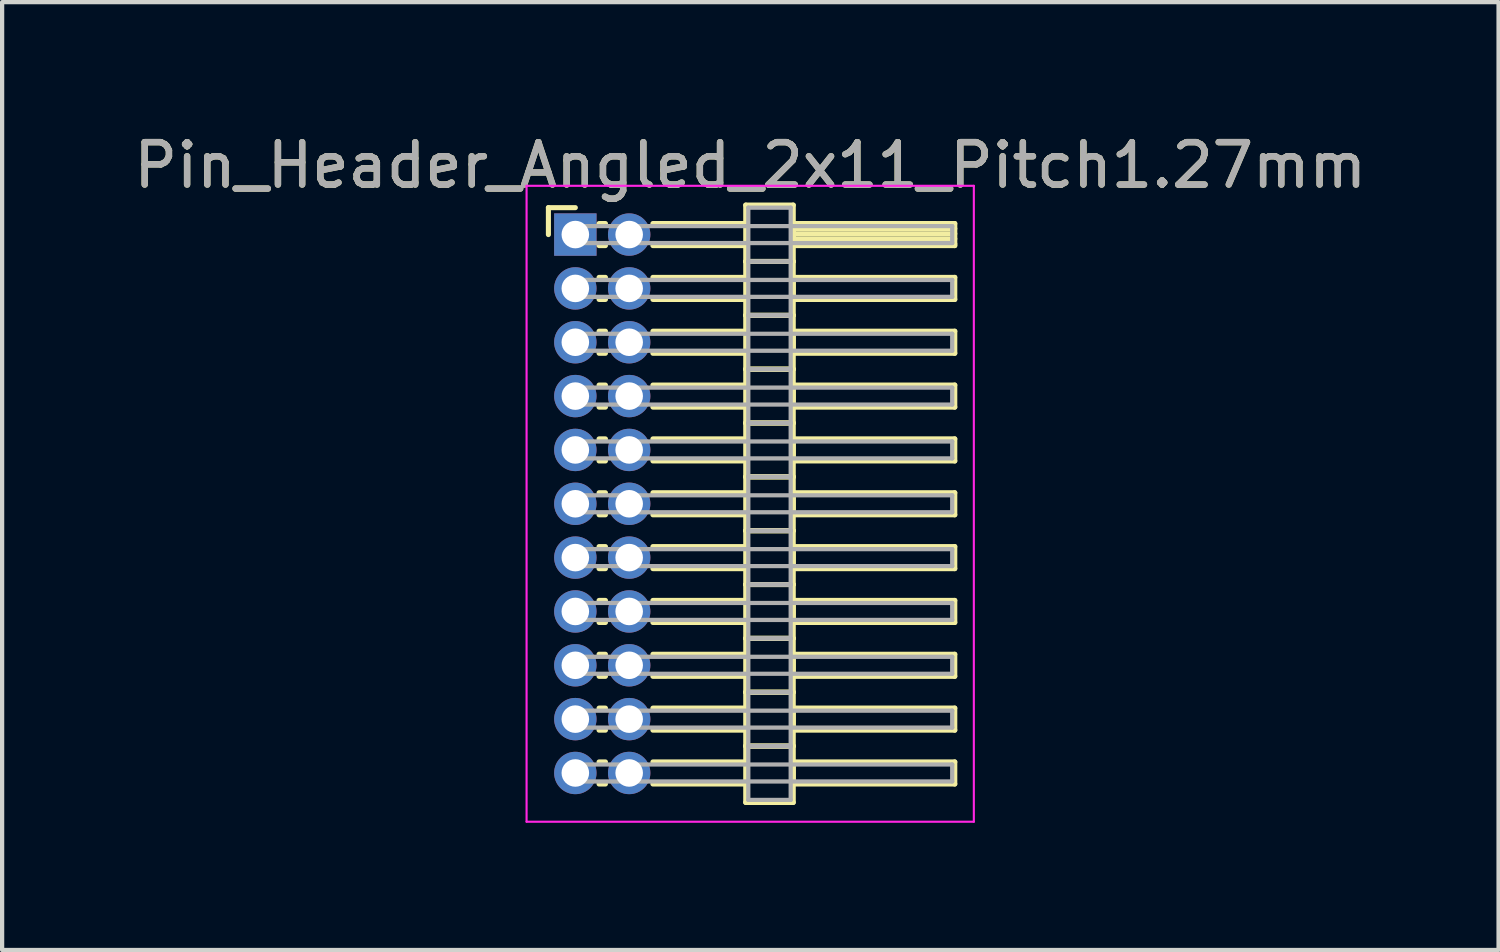
<source format=kicad_pcb>
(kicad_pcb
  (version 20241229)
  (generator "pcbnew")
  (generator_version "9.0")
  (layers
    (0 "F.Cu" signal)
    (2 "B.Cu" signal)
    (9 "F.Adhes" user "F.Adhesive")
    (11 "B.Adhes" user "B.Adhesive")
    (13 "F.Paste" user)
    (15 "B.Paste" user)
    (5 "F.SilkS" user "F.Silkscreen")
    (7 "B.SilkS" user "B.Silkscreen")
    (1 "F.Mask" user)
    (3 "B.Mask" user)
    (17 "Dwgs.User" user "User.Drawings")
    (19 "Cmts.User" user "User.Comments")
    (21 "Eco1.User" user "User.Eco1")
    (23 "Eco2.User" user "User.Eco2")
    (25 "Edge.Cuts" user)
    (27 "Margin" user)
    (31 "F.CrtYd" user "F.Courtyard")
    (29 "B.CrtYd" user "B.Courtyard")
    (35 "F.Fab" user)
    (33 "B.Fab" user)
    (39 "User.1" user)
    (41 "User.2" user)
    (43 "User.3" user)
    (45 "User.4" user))
  (footprint "Pin_Header_Angled_2x11_Pitch1.27mm"
    (layer "F.Cu")
    (at 10.521 2.483)
    (property "Reference" "Pin_Header_Angled_2x11_Pitch1.27mm" (at 4.128 -1.635 0) (layer "F.SilkS") (effects (font (size 1 1) (thickness 0.15))))
    (attr through_hole)
    (fp_line (start -0.635 -0.635) (end 0 -0.635) (stroke (width 0.12) (type solid)) (layer "F.SilkS"))
    (fp_line (start -0.635 0) (end -0.635 -0.635) (stroke (width 0.12) (type solid)) (layer "F.SilkS"))
    (fp_line (start 0.56 -0.26) (end 0.71 -0.26) (stroke (width 0.12) (type solid)) (layer "F.SilkS"))
    (fp_line (start 0.56 0.26) (end 0.71 0.26) (stroke (width 0.12) (type solid)) (layer "F.SilkS"))
    (fp_line (start 0.56 1.01) (end 0.71 1.01) (stroke (width 0.12) (type solid)) (layer "F.SilkS"))
    (fp_line (start 0.56 1.53) (end 0.71 1.53) (stroke (width 0.12) (type solid)) (layer "F.SilkS"))
    (fp_line (start 0.56 2.28) (end 0.71 2.28) (stroke (width 0.12) (type solid)) (layer "F.SilkS"))
    (fp_line (start 0.56 2.8) (end 0.71 2.8) (stroke (width 0.12) (type solid)) (layer "F.SilkS"))
    (fp_line (start 0.56 3.55) (end 0.71 3.55) (stroke (width 0.12) (type solid)) (layer "F.SilkS"))
    (fp_line (start 0.56 4.07) (end 0.71 4.07) (stroke (width 0.12) (type solid)) (layer "F.SilkS"))
    (fp_line (start 0.56 4.82) (end 0.71 4.82) (stroke (width 0.12) (type solid)) (layer "F.SilkS"))
    (fp_line (start 0.56 5.34) (end 0.71 5.34) (stroke (width 0.12) (type solid)) (layer "F.SilkS"))
    (fp_line (start 0.56 6.09) (end 0.71 6.09) (stroke (width 0.12) (type solid)) (layer "F.SilkS"))
    (fp_line (start 0.56 6.61) (end 0.71 6.61) (stroke (width 0.12) (type solid)) (layer "F.SilkS"))
    (fp_line (start 0.56 7.36) (end 0.71 7.36) (stroke (width 0.12) (type solid)) (layer "F.SilkS"))
    (fp_line (start 0.56 7.88) (end 0.71 7.88) (stroke (width 0.12) (type solid)) (layer "F.SilkS"))
    (fp_line (start 0.56 8.63) (end 0.71 8.63) (stroke (width 0.12) (type solid)) (layer "F.SilkS"))
    (fp_line (start 0.56 9.15) (end 0.71 9.15) (stroke (width 0.12) (type solid)) (layer "F.SilkS"))
    (fp_line (start 0.56 9.9) (end 0.71 9.9) (stroke (width 0.12) (type solid)) (layer "F.SilkS"))
    (fp_line (start 0.56 10.42) (end 0.71 10.42) (stroke (width 0.12) (type solid)) (layer "F.SilkS"))
    (fp_line (start 0.56 11.17) (end 0.71 11.17) (stroke (width 0.12) (type solid)) (layer "F.SilkS"))
    (fp_line (start 0.56 11.69) (end 0.71 11.69) (stroke (width 0.12) (type solid)) (layer "F.SilkS"))
    (fp_line (start 0.56 12.44) (end 0.71 12.44) (stroke (width 0.12) (type solid)) (layer "F.SilkS"))
    (fp_line (start 0.56 12.96) (end 0.71 12.96) (stroke (width 0.12) (type solid)) (layer "F.SilkS"))
    (fp_line (start 1.83 -0.26) (end 4.02 -0.26) (stroke (width 0.12) (type solid)) (layer "F.SilkS"))
    (fp_line (start 1.83 0.26) (end 4.02 0.26) (stroke (width 0.12) (type solid)) (layer "F.SilkS"))
    (fp_line (start 1.83 1.01) (end 4.02 1.01) (stroke (width 0.12) (type solid)) (layer "F.SilkS"))
    (fp_line (start 1.83 1.53) (end 4.02 1.53) (stroke (width 0.12) (type solid)) (layer "F.SilkS"))
    (fp_line (start 1.83 2.28) (end 4.02 2.28) (stroke (width 0.12) (type solid)) (layer "F.SilkS"))
    (fp_line (start 1.83 2.8) (end 4.02 2.8) (stroke (width 0.12) (type solid)) (layer "F.SilkS"))
    (fp_line (start 1.83 3.55) (end 4.02 3.55) (stroke (width 0.12) (type solid)) (layer "F.SilkS"))
    (fp_line (start 1.83 4.07) (end 4.02 4.07) (stroke (width 0.12) (type solid)) (layer "F.SilkS"))
    (fp_line (start 1.83 4.82) (end 4.02 4.82) (stroke (width 0.12) (type solid)) (layer "F.SilkS"))
    (fp_line (start 1.83 5.34) (end 4.02 5.34) (stroke (width 0.12) (type solid)) (layer "F.SilkS"))
    (fp_line (start 1.83 6.09) (end 4.02 6.09) (stroke (width 0.12) (type solid)) (layer "F.SilkS"))
    (fp_line (start 1.83 6.61) (end 4.02 6.61) (stroke (width 0.12) (type solid)) (layer "F.SilkS"))
    (fp_line (start 1.83 7.36) (end 4.02 7.36) (stroke (width 0.12) (type solid)) (layer "F.SilkS"))
    (fp_line (start 1.83 7.88) (end 4.02 7.88) (stroke (width 0.12) (type solid)) (layer "F.SilkS"))
    (fp_line (start 1.83 8.63) (end 4.02 8.63) (stroke (width 0.12) (type solid)) (layer "F.SilkS"))
    (fp_line (start 1.83 9.15) (end 4.02 9.15) (stroke (width 0.12) (type solid)) (layer "F.SilkS"))
    (fp_line (start 1.83 9.9) (end 4.02 9.9) (stroke (width 0.12) (type solid)) (layer "F.SilkS"))
    (fp_line (start 1.83 10.42) (end 4.02 10.42) (stroke (width 0.12) (type solid)) (layer "F.SilkS"))
    (fp_line (start 1.83 11.17) (end 4.02 11.17) (stroke (width 0.12) (type solid)) (layer "F.SilkS"))
    (fp_line (start 1.83 11.69) (end 4.02 11.69) (stroke (width 0.12) (type solid)) (layer "F.SilkS"))
    (fp_line (start 1.83 12.44) (end 4.02 12.44) (stroke (width 0.12) (type solid)) (layer "F.SilkS"))
    (fp_line (start 1.83 12.96) (end 4.02 12.96) (stroke (width 0.12) (type solid)) (layer "F.SilkS"))
    (fp_line (start 4.02 -0.695) (end 4.02 0.635) (stroke (width 0.12) (type solid)) (layer "F.SilkS"))
    (fp_line (start 4.02 0.635) (end 4.02 1.905) (stroke (width 0.12) (type solid)) (layer "F.SilkS"))
    (fp_line (start 4.02 0.635) (end 5.14 0.635) (stroke (width 0.12) (type solid)) (layer "F.SilkS"))
    (fp_line (start 4.02 1.905) (end 4.02 3.175) (stroke (width 0.12) (type solid)) (layer "F.SilkS"))
    (fp_line (start 4.02 1.905) (end 5.14 1.905) (stroke (width 0.12) (type solid)) (layer "F.SilkS"))
    (fp_line (start 4.02 3.175) (end 4.02 4.445) (stroke (width 0.12) (type solid)) (layer "F.SilkS"))
    (fp_line (start 4.02 3.175) (end 5.14 3.175) (stroke (width 0.12) (type solid)) (layer "F.SilkS"))
    (fp_line (start 4.02 4.445) (end 4.02 5.715) (stroke (width 0.12) (type solid)) (layer "F.SilkS"))
    (fp_line (start 4.02 4.445) (end 5.14 4.445) (stroke (width 0.12) (type solid)) (layer "F.SilkS"))
    (fp_line (start 4.02 5.715) (end 4.02 6.985) (stroke (width 0.12) (type solid)) (layer "F.SilkS"))
    (fp_line (start 4.02 5.715) (end 5.14 5.715) (stroke (width 0.12) (type solid)) (layer "F.SilkS"))
    (fp_line (start 4.02 6.985) (end 4.02 8.255) (stroke (width 0.12) (type solid)) (layer "F.SilkS"))
    (fp_line (start 4.02 6.985) (end 5.14 6.985) (stroke (width 0.12) (type solid)) (layer "F.SilkS"))
    (fp_line (start 4.02 8.255) (end 4.02 9.525) (stroke (width 0.12) (type solid)) (layer "F.SilkS"))
    (fp_line (start 4.02 8.255) (end 5.14 8.255) (stroke (width 0.12) (type solid)) (layer "F.SilkS"))
    (fp_line (start 4.02 9.525) (end 4.02 10.795) (stroke (width 0.12) (type solid)) (layer "F.SilkS"))
    (fp_line (start 4.02 9.525) (end 5.14 9.525) (stroke (width 0.12) (type solid)) (layer "F.SilkS"))
    (fp_line (start 4.02 10.795) (end 4.02 12.065) (stroke (width 0.12) (type solid)) (layer "F.SilkS"))
    (fp_line (start 4.02 10.795) (end 5.14 10.795) (stroke (width 0.12) (type solid)) (layer "F.SilkS"))
    (fp_line (start 4.02 12.065) (end 4.02 13.395) (stroke (width 0.12) (type solid)) (layer "F.SilkS"))
    (fp_line (start 4.02 12.065) (end 5.14 12.065) (stroke (width 0.12) (type solid)) (layer "F.SilkS"))
    (fp_line (start 4.02 13.395) (end 5.14 13.395) (stroke (width 0.12) (type solid)) (layer "F.SilkS"))
    (fp_line (start 5.14 -0.695) (end 4.02 -0.695) (stroke (width 0.12) (type solid)) (layer "F.SilkS"))
    (fp_line (start 5.14 -0.26) (end 5.14 0.26) (stroke (width 0.12) (type solid)) (layer "F.SilkS"))
    (fp_line (start 5.14 -0.14) (end 8.95 -0.14) (stroke (width 0.12) (type solid)) (layer "F.SilkS"))
    (fp_line (start 5.14 -0.02) (end 8.95 -0.02) (stroke (width 0.12) (type solid)) (layer "F.SilkS"))
    (fp_line (start 5.14 0.1) (end 8.95 0.1) (stroke (width 0.12) (type solid)) (layer "F.SilkS"))
    (fp_line (start 5.14 0.22) (end 8.95 0.22) (stroke (width 0.12) (type solid)) (layer "F.SilkS"))
    (fp_line (start 5.14 0.26) (end 8.95 0.26) (stroke (width 0.12) (type solid)) (layer "F.SilkS"))
    (fp_line (start 5.14 0.635) (end 4.02 0.635) (stroke (width 0.12) (type solid)) (layer "F.SilkS"))
    (fp_line (start 5.14 0.635) (end 5.14 -0.695) (stroke (width 0.12) (type solid)) (layer "F.SilkS"))
    (fp_line (start 5.14 1.01) (end 5.14 1.53) (stroke (width 0.12) (type solid)) (layer "F.SilkS"))
    (fp_line (start 5.14 1.53) (end 8.95 1.53) (stroke (width 0.12) (type solid)) (layer "F.SilkS"))
    (fp_line (start 5.14 1.905) (end 4.02 1.905) (stroke (width 0.12) (type solid)) (layer "F.SilkS"))
    (fp_line (start 5.14 1.905) (end 5.14 0.635) (stroke (width 0.12) (type solid)) (layer "F.SilkS"))
    (fp_line (start 5.14 2.28) (end 5.14 2.8) (stroke (width 0.12) (type solid)) (layer "F.SilkS"))
    (fp_line (start 5.14 2.8) (end 8.95 2.8) (stroke (width 0.12) (type solid)) (layer "F.SilkS"))
    (fp_line (start 5.14 3.175) (end 4.02 3.175) (stroke (width 0.12) (type solid)) (layer "F.SilkS"))
    (fp_line (start 5.14 3.175) (end 5.14 1.905) (stroke (width 0.12) (type solid)) (layer "F.SilkS"))
    (fp_line (start 5.14 3.55) (end 5.14 4.07) (stroke (width 0.12) (type solid)) (layer "F.SilkS"))
    (fp_line (start 5.14 4.07) (end 8.95 4.07) (stroke (width 0.12) (type solid)) (layer "F.SilkS"))
    (fp_line (start 5.14 4.445) (end 4.02 4.445) (stroke (width 0.12) (type solid)) (layer "F.SilkS"))
    (fp_line (start 5.14 4.445) (end 5.14 3.175) (stroke (width 0.12) (type solid)) (layer "F.SilkS"))
    (fp_line (start 5.14 4.82) (end 5.14 5.34) (stroke (width 0.12) (type solid)) (layer "F.SilkS"))
    (fp_line (start 5.14 5.34) (end 8.95 5.34) (stroke (width 0.12) (type solid)) (layer "F.SilkS"))
    (fp_line (start 5.14 5.715) (end 4.02 5.715) (stroke (width 0.12) (type solid)) (layer "F.SilkS"))
    (fp_line (start 5.14 5.715) (end 5.14 4.445) (stroke (width 0.12) (type solid)) (layer "F.SilkS"))
    (fp_line (start 5.14 6.09) (end 5.14 6.61) (stroke (width 0.12) (type solid)) (layer "F.SilkS"))
    (fp_line (start 5.14 6.61) (end 8.95 6.61) (stroke (width 0.12) (type solid)) (layer "F.SilkS"))
    (fp_line (start 5.14 6.985) (end 4.02 6.985) (stroke (width 0.12) (type solid)) (layer "F.SilkS"))
    (fp_line (start 5.14 6.985) (end 5.14 5.715) (stroke (width 0.12) (type solid)) (layer "F.SilkS"))
    (fp_line (start 5.14 7.36) (end 5.14 7.88) (stroke (width 0.12) (type solid)) (layer "F.SilkS"))
    (fp_line (start 5.14 7.88) (end 8.95 7.88) (stroke (width 0.12) (type solid)) (layer "F.SilkS"))
    (fp_line (start 5.14 8.255) (end 4.02 8.255) (stroke (width 0.12) (type solid)) (layer "F.SilkS"))
    (fp_line (start 5.14 8.255) (end 5.14 6.985) (stroke (width 0.12) (type solid)) (layer "F.SilkS"))
    (fp_line (start 5.14 8.63) (end 5.14 9.15) (stroke (width 0.12) (type solid)) (layer "F.SilkS"))
    (fp_line (start 5.14 9.15) (end 8.95 9.15) (stroke (width 0.12) (type solid)) (layer "F.SilkS"))
    (fp_line (start 5.14 9.525) (end 4.02 9.525) (stroke (width 0.12) (type solid)) (layer "F.SilkS"))
    (fp_line (start 5.14 9.525) (end 5.14 8.255) (stroke (width 0.12) (type solid)) (layer "F.SilkS"))
    (fp_line (start 5.14 9.9) (end 5.14 10.42) (stroke (width 0.12) (type solid)) (layer "F.SilkS"))
    (fp_line (start 5.14 10.42) (end 8.95 10.42) (stroke (width 0.12) (type solid)) (layer "F.SilkS"))
    (fp_line (start 5.14 10.795) (end 4.02 10.795) (stroke (width 0.12) (type solid)) (layer "F.SilkS"))
    (fp_line (start 5.14 10.795) (end 5.14 9.525) (stroke (width 0.12) (type solid)) (layer "F.SilkS"))
    (fp_line (start 5.14 11.17) (end 5.14 11.69) (stroke (width 0.12) (type solid)) (layer "F.SilkS"))
    (fp_line (start 5.14 11.69) (end 8.95 11.69) (stroke (width 0.12) (type solid)) (layer "F.SilkS"))
    (fp_line (start 5.14 12.065) (end 4.02 12.065) (stroke (width 0.12) (type solid)) (layer "F.SilkS"))
    (fp_line (start 5.14 12.065) (end 5.14 10.795) (stroke (width 0.12) (type solid)) (layer "F.SilkS"))
    (fp_line (start 5.14 12.44) (end 5.14 12.96) (stroke (width 0.12) (type solid)) (layer "F.SilkS"))
    (fp_line (start 5.14 12.96) (end 8.95 12.96) (stroke (width 0.12) (type solid)) (layer "F.SilkS"))
    (fp_line (start 5.14 13.395) (end 5.14 12.065) (stroke (width 0.12) (type solid)) (layer "F.SilkS"))
    (fp_line (start 8.95 -0.26) (end 5.14 -0.26) (stroke (width 0.12) (type solid)) (layer "F.SilkS"))
    (fp_line (start 8.95 0.26) (end 8.95 -0.26) (stroke (width 0.12) (type solid)) (layer "F.SilkS"))
    (fp_line (start 8.95 1.01) (end 5.14 1.01) (stroke (width 0.12) (type solid)) (layer "F.SilkS"))
    (fp_line (start 8.95 1.53) (end 8.95 1.01) (stroke (width 0.12) (type solid)) (layer "F.SilkS"))
    (fp_line (start 8.95 2.28) (end 5.14 2.28) (stroke (width 0.12) (type solid)) (layer "F.SilkS"))
    (fp_line (start 8.95 2.8) (end 8.95 2.28) (stroke (width 0.12) (type solid)) (layer "F.SilkS"))
    (fp_line (start 8.95 3.55) (end 5.14 3.55) (stroke (width 0.12) (type solid)) (layer "F.SilkS"))
    (fp_line (start 8.95 4.07) (end 8.95 3.55) (stroke (width 0.12) (type solid)) (layer "F.SilkS"))
    (fp_line (start 8.95 4.82) (end 5.14 4.82) (stroke (width 0.12) (type solid)) (layer "F.SilkS"))
    (fp_line (start 8.95 5.34) (end 8.95 4.82) (stroke (width 0.12) (type solid)) (layer "F.SilkS"))
    (fp_line (start 8.95 6.09) (end 5.14 6.09) (stroke (width 0.12) (type solid)) (layer "F.SilkS"))
    (fp_line (start 8.95 6.61) (end 8.95 6.09) (stroke (width 0.12) (type solid)) (layer "F.SilkS"))
    (fp_line (start 8.95 7.36) (end 5.14 7.36) (stroke (width 0.12) (type solid)) (layer "F.SilkS"))
    (fp_line (start 8.95 7.88) (end 8.95 7.36) (stroke (width 0.12) (type solid)) (layer "F.SilkS"))
    (fp_line (start 8.95 8.63) (end 5.14 8.63) (stroke (width 0.12) (type solid)) (layer "F.SilkS"))
    (fp_line (start 8.95 9.15) (end 8.95 8.63) (stroke (width 0.12) (type solid)) (layer "F.SilkS"))
    (fp_line (start 8.95 9.9) (end 5.14 9.9) (stroke (width 0.12) (type solid)) (layer "F.SilkS"))
    (fp_line (start 8.95 10.42) (end 8.95 9.9) (stroke (width 0.12) (type solid)) (layer "F.SilkS"))
    (fp_line (start 8.95 11.17) (end 5.14 11.17) (stroke (width 0.12) (type solid)) (layer "F.SilkS"))
    (fp_line (start 8.95 11.69) (end 8.95 11.17) (stroke (width 0.12) (type solid)) (layer "F.SilkS"))
    (fp_line (start 8.95 12.44) (end 5.14 12.44) (stroke (width 0.12) (type solid)) (layer "F.SilkS"))
    (fp_line (start 8.95 12.96) (end 8.95 12.44) (stroke (width 0.12) (type solid)) (layer "F.SilkS"))
    (fp_line (start -1.15 -1.15) (end -1.15 13.85) (stroke (width 0.05) (type solid)) (layer "F.CrtYd"))
    (fp_line (start -1.15 13.85) (end 9.4 13.85) (stroke (width 0.05) (type solid)) (layer "F.CrtYd"))
    (fp_line (start 9.4 -1.15) (end -1.15 -1.15) (stroke (width 0.05) (type solid)) (layer "F.CrtYd"))
    (fp_line (start 9.4 13.85) (end 9.4 -1.15) (stroke (width 0.05) (type solid)) (layer "F.CrtYd"))
    (fp_line (start 0 -0.2) (end 0 0.2) (stroke (width 0.1) (type solid)) (layer "F.Fab"))
    (fp_line (start 0 0.2) (end 8.89 0.2) (stroke (width 0.1) (type solid)) (layer "F.Fab"))
    (fp_line (start 0 1.07) (end 0 1.47) (stroke (width 0.1) (type solid)) (layer "F.Fab"))
    (fp_line (start 0 1.47) (end 8.89 1.47) (stroke (width 0.1) (type solid)) (layer "F.Fab"))
    (fp_line (start 0 2.34) (end 0 2.74) (stroke (width 0.1) (type solid)) (layer "F.Fab"))
    (fp_line (start 0 2.74) (end 8.89 2.74) (stroke (width 0.1) (type solid)) (layer "F.Fab"))
    (fp_line (start 0 3.61) (end 0 4.01) (stroke (width 0.1) (type solid)) (layer "F.Fab"))
    (fp_line (start 0 4.01) (end 8.89 4.01) (stroke (width 0.1) (type solid)) (layer "F.Fab"))
    (fp_line (start 0 4.88) (end 0 5.28) (stroke (width 0.1) (type solid)) (layer "F.Fab"))
    (fp_line (start 0 5.28) (end 8.89 5.28) (stroke (width 0.1) (type solid)) (layer "F.Fab"))
    (fp_line (start 0 6.15) (end 0 6.55) (stroke (width 0.1) (type solid)) (layer "F.Fab"))
    (fp_line (start 0 6.55) (end 8.89 6.55) (stroke (width 0.1) (type solid)) (layer "F.Fab"))
    (fp_line (start 0 7.42) (end 0 7.82) (stroke (width 0.1) (type solid)) (layer "F.Fab"))
    (fp_line (start 0 7.82) (end 8.89 7.82) (stroke (width 0.1) (type solid)) (layer "F.Fab"))
    (fp_line (start 0 8.69) (end 0 9.09) (stroke (width 0.1) (type solid)) (layer "F.Fab"))
    (fp_line (start 0 9.09) (end 8.89 9.09) (stroke (width 0.1) (type solid)) (layer "F.Fab"))
    (fp_line (start 0 9.96) (end 0 10.36) (stroke (width 0.1) (type solid)) (layer "F.Fab"))
    (fp_line (start 0 10.36) (end 8.89 10.36) (stroke (width 0.1) (type solid)) (layer "F.Fab"))
    (fp_line (start 0 11.23) (end 0 11.63) (stroke (width 0.1) (type solid)) (layer "F.Fab"))
    (fp_line (start 0 11.63) (end 8.89 11.63) (stroke (width 0.1) (type solid)) (layer "F.Fab"))
    (fp_line (start 0 12.5) (end 0 12.9) (stroke (width 0.1) (type solid)) (layer "F.Fab"))
    (fp_line (start 0 12.9) (end 8.89 12.9) (stroke (width 0.1) (type solid)) (layer "F.Fab"))
    (fp_line (start 4.08 -0.635) (end 4.08 0.635) (stroke (width 0.1) (type solid)) (layer "F.Fab"))
    (fp_line (start 4.08 0.635) (end 4.08 1.905) (stroke (width 0.1) (type solid)) (layer "F.Fab"))
    (fp_line (start 4.08 0.635) (end 5.08 0.635) (stroke (width 0.1) (type solid)) (layer "F.Fab"))
    (fp_line (start 4.08 1.905) (end 4.08 3.175) (stroke (width 0.1) (type solid)) (layer "F.Fab"))
    (fp_line (start 4.08 1.905) (end 5.08 1.905) (stroke (width 0.1) (type solid)) (layer "F.Fab"))
    (fp_line (start 4.08 3.175) (end 4.08 4.445) (stroke (width 0.1) (type solid)) (layer "F.Fab"))
    (fp_line (start 4.08 3.175) (end 5.08 3.175) (stroke (width 0.1) (type solid)) (layer "F.Fab"))
    (fp_line (start 4.08 4.445) (end 4.08 5.715) (stroke (width 0.1) (type solid)) (layer "F.Fab"))
    (fp_line (start 4.08 4.445) (end 5.08 4.445) (stroke (width 0.1) (type solid)) (layer "F.Fab"))
    (fp_line (start 4.08 5.715) (end 4.08 6.985) (stroke (width 0.1) (type solid)) (layer "F.Fab"))
    (fp_line (start 4.08 5.715) (end 5.08 5.715) (stroke (width 0.1) (type solid)) (layer "F.Fab"))
    (fp_line (start 4.08 6.985) (end 4.08 8.255) (stroke (width 0.1) (type solid)) (layer "F.Fab"))
    (fp_line (start 4.08 6.985) (end 5.08 6.985) (stroke (width 0.1) (type solid)) (layer "F.Fab"))
    (fp_line (start 4.08 8.255) (end 4.08 9.525) (stroke (width 0.1) (type solid)) (layer "F.Fab"))
    (fp_line (start 4.08 8.255) (end 5.08 8.255) (stroke (width 0.1) (type solid)) (layer "F.Fab"))
    (fp_line (start 4.08 9.525) (end 4.08 10.795) (stroke (width 0.1) (type solid)) (layer "F.Fab"))
    (fp_line (start 4.08 9.525) (end 5.08 9.525) (stroke (width 0.1) (type solid)) (layer "F.Fab"))
    (fp_line (start 4.08 10.795) (end 4.08 12.065) (stroke (width 0.1) (type solid)) (layer "F.Fab"))
    (fp_line (start 4.08 10.795) (end 5.08 10.795) (stroke (width 0.1) (type solid)) (layer "F.Fab"))
    (fp_line (start 4.08 12.065) (end 4.08 13.335) (stroke (width 0.1) (type solid)) (layer "F.Fab"))
    (fp_line (start 4.08 12.065) (end 5.08 12.065) (stroke (width 0.1) (type solid)) (layer "F.Fab"))
    (fp_line (start 4.08 13.335) (end 5.08 13.335) (stroke (width 0.1) (type solid)) (layer "F.Fab"))
    (fp_line (start 5.08 -0.635) (end 4.08 -0.635) (stroke (width 0.1) (type solid)) (layer "F.Fab"))
    (fp_line (start 5.08 0.635) (end 4.08 0.635) (stroke (width 0.1) (type solid)) (layer "F.Fab"))
    (fp_line (start 5.08 0.635) (end 5.08 -0.635) (stroke (width 0.1) (type solid)) (layer "F.Fab"))
    (fp_line (start 5.08 1.905) (end 4.08 1.905) (stroke (width 0.1) (type solid)) (layer "F.Fab"))
    (fp_line (start 5.08 1.905) (end 5.08 0.635) (stroke (width 0.1) (type solid)) (layer "F.Fab"))
    (fp_line (start 5.08 3.175) (end 4.08 3.175) (stroke (width 0.1) (type solid)) (layer "F.Fab"))
    (fp_line (start 5.08 3.175) (end 5.08 1.905) (stroke (width 0.1) (type solid)) (layer "F.Fab"))
    (fp_line (start 5.08 4.445) (end 4.08 4.445) (stroke (width 0.1) (type solid)) (layer "F.Fab"))
    (fp_line (start 5.08 4.445) (end 5.08 3.175) (stroke (width 0.1) (type solid)) (layer "F.Fab"))
    (fp_line (start 5.08 5.715) (end 4.08 5.715) (stroke (width 0.1) (type solid)) (layer "F.Fab"))
    (fp_line (start 5.08 5.715) (end 5.08 4.445) (stroke (width 0.1) (type solid)) (layer "F.Fab"))
    (fp_line (start 5.08 6.985) (end 4.08 6.985) (stroke (width 0.1) (type solid)) (layer "F.Fab"))
    (fp_line (start 5.08 6.985) (end 5.08 5.715) (stroke (width 0.1) (type solid)) (layer "F.Fab"))
    (fp_line (start 5.08 8.255) (end 4.08 8.255) (stroke (width 0.1) (type solid)) (layer "F.Fab"))
    (fp_line (start 5.08 8.255) (end 5.08 6.985) (stroke (width 0.1) (type solid)) (layer "F.Fab"))
    (fp_line (start 5.08 9.525) (end 4.08 9.525) (stroke (width 0.1) (type solid)) (layer "F.Fab"))
    (fp_line (start 5.08 9.525) (end 5.08 8.255) (stroke (width 0.1) (type solid)) (layer "F.Fab"))
    (fp_line (start 5.08 10.795) (end 4.08 10.795) (stroke (width 0.1) (type solid)) (layer "F.Fab"))
    (fp_line (start 5.08 10.795) (end 5.08 9.525) (stroke (width 0.1) (type solid)) (layer "F.Fab"))
    (fp_line (start 5.08 12.065) (end 4.08 12.065) (stroke (width 0.1) (type solid)) (layer "F.Fab"))
    (fp_line (start 5.08 12.065) (end 5.08 10.795) (stroke (width 0.1) (type solid)) (layer "F.Fab"))
    (fp_line (start 5.08 13.335) (end 5.08 12.065) (stroke (width 0.1) (type solid)) (layer "F.Fab"))
    (fp_line (start 8.89 -0.2) (end 0 -0.2) (stroke (width 0.1) (type solid)) (layer "F.Fab"))
    (fp_line (start 8.89 0.2) (end 8.89 -0.2) (stroke (width 0.1) (type solid)) (layer "F.Fab"))
    (fp_line (start 8.89 1.07) (end 0 1.07) (stroke (width 0.1) (type solid)) (layer "F.Fab"))
    (fp_line (start 8.89 1.47) (end 8.89 1.07) (stroke (width 0.1) (type solid)) (layer "F.Fab"))
    (fp_line (start 8.89 2.34) (end 0 2.34) (stroke (width 0.1) (type solid)) (layer "F.Fab"))
    (fp_line (start 8.89 2.74) (end 8.89 2.34) (stroke (width 0.1) (type solid)) (layer "F.Fab"))
    (fp_line (start 8.89 3.61) (end 0 3.61) (stroke (width 0.1) (type solid)) (layer "F.Fab"))
    (fp_line (start 8.89 4.01) (end 8.89 3.61) (stroke (width 0.1) (type solid)) (layer "F.Fab"))
    (fp_line (start 8.89 4.88) (end 0 4.88) (stroke (width 0.1) (type solid)) (layer "F.Fab"))
    (fp_line (start 8.89 5.28) (end 8.89 4.88) (stroke (width 0.1) (type solid)) (layer "F.Fab"))
    (fp_line (start 8.89 6.15) (end 0 6.15) (stroke (width 0.1) (type solid)) (layer "F.Fab"))
    (fp_line (start 8.89 6.55) (end 8.89 6.15) (stroke (width 0.1) (type solid)) (layer "F.Fab"))
    (fp_line (start 8.89 7.42) (end 0 7.42) (stroke (width 0.1) (type solid)) (layer "F.Fab"))
    (fp_line (start 8.89 7.82) (end 8.89 7.42) (stroke (width 0.1) (type solid)) (layer "F.Fab"))
    (fp_line (start 8.89 8.69) (end 0 8.69) (stroke (width 0.1) (type solid)) (layer "F.Fab"))
    (fp_line (start 8.89 9.09) (end 8.89 8.69) (stroke (width 0.1) (type solid)) (layer "F.Fab"))
    (fp_line (start 8.89 9.96) (end 0 9.96) (stroke (width 0.1) (type solid)) (layer "F.Fab"))
    (fp_line (start 8.89 10.36) (end 8.89 9.96) (stroke (width 0.1) (type solid)) (layer "F.Fab"))
    (fp_line (start 8.89 11.23) (end 0 11.23) (stroke (width 0.1) (type solid)) (layer "F.Fab"))
    (fp_line (start 8.89 11.63) (end 8.89 11.23) (stroke (width 0.1) (type solid)) (layer "F.Fab"))
    (fp_line (start 8.89 12.5) (end 0 12.5) (stroke (width 0.1) (type solid)) (layer "F.Fab"))
    (fp_line (start 8.89 12.9) (end 8.89 12.5) (stroke (width 0.1) (type solid)) (layer "F.Fab"))
    (fp_text user "${REFERENCE}" (at 4.128 -1.635 0) (layer "F.Fab") (effects (font (size 1 1) (thickness 0.15))))
    (pad "1" thru_hole rect (at 0 0) (size 1 1) (drill 0.65) (layers "*.Cu" "*.Mask"))
    (pad "2" thru_hole oval (at 1.27 0) (size 1 1) (drill 0.65) (layers "*.Cu" "*.Mask"))
    (pad "3" thru_hole oval (at 0 1.27) (size 1 1) (drill 0.65) (layers "*.Cu" "*.Mask"))
    (pad "4" thru_hole oval (at 1.27 1.27) (size 1 1) (drill 0.65) (layers "*.Cu" "*.Mask"))
    (pad "5" thru_hole oval (at 0 2.54) (size 1 1) (drill 0.65) (layers "*.Cu" "*.Mask"))
    (pad "6" thru_hole oval (at 1.27 2.54) (size 1 1) (drill 0.65) (layers "*.Cu" "*.Mask"))
    (pad "7" thru_hole oval (at 0 3.81) (size 1 1) (drill 0.65) (layers "*.Cu" "*.Mask"))
    (pad "8" thru_hole oval (at 1.27 3.81) (size 1 1) (drill 0.65) (layers "*.Cu" "*.Mask"))
    (pad "9" thru_hole oval (at 0 5.08) (size 1 1) (drill 0.65) (layers "*.Cu" "*.Mask"))
    (pad "10" thru_hole oval (at 1.27 5.08) (size 1 1) (drill 0.65) (layers "*.Cu" "*.Mask"))
    (pad "11" thru_hole oval (at 0 6.35) (size 1 1) (drill 0.65) (layers "*.Cu" "*.Mask"))
    (pad "12" thru_hole oval (at 1.27 6.35) (size 1 1) (drill 0.65) (layers "*.Cu" "*.Mask"))
    (pad "13" thru_hole oval (at 0 7.62) (size 1 1) (drill 0.65) (layers "*.Cu" "*.Mask"))
    (pad "14" thru_hole oval (at 1.27 7.62) (size 1 1) (drill 0.65) (layers "*.Cu" "*.Mask"))
    (pad "15" thru_hole oval (at 0 8.89) (size 1 1) (drill 0.65) (layers "*.Cu" "*.Mask"))
    (pad "16" thru_hole oval (at 1.27 8.89) (size 1 1) (drill 0.65) (layers "*.Cu" "*.Mask"))
    (pad "17" thru_hole oval (at 0 10.16) (size 1 1) (drill 0.65) (layers "*.Cu" "*.Mask"))
    (pad "18" thru_hole oval (at 1.27 10.16) (size 1 1) (drill 0.65) (layers "*.Cu" "*.Mask"))
    (pad "19" thru_hole oval (at 0 11.43) (size 1 1) (drill 0.65) (layers "*.Cu" "*.Mask"))
    (pad "20" thru_hole oval (at 1.27 11.43) (size 1 1) (drill 0.65) (layers "*.Cu" "*.Mask"))
    (pad "21" thru_hole oval (at 0 12.7) (size 1 1) (drill 0.65) (layers "*.Cu" "*.Mask"))
    (pad "22" thru_hole oval (at 1.27 12.7) (size 1 1) (drill 0.65) (layers "*.Cu" "*.Mask")))
  (gr_rect
    (start -3 -3)
    (end 32.298 19.358)
    (stroke (width 0.1) (type default))
    (fill no)
    (layer "Edge.Cuts")))
</source>
